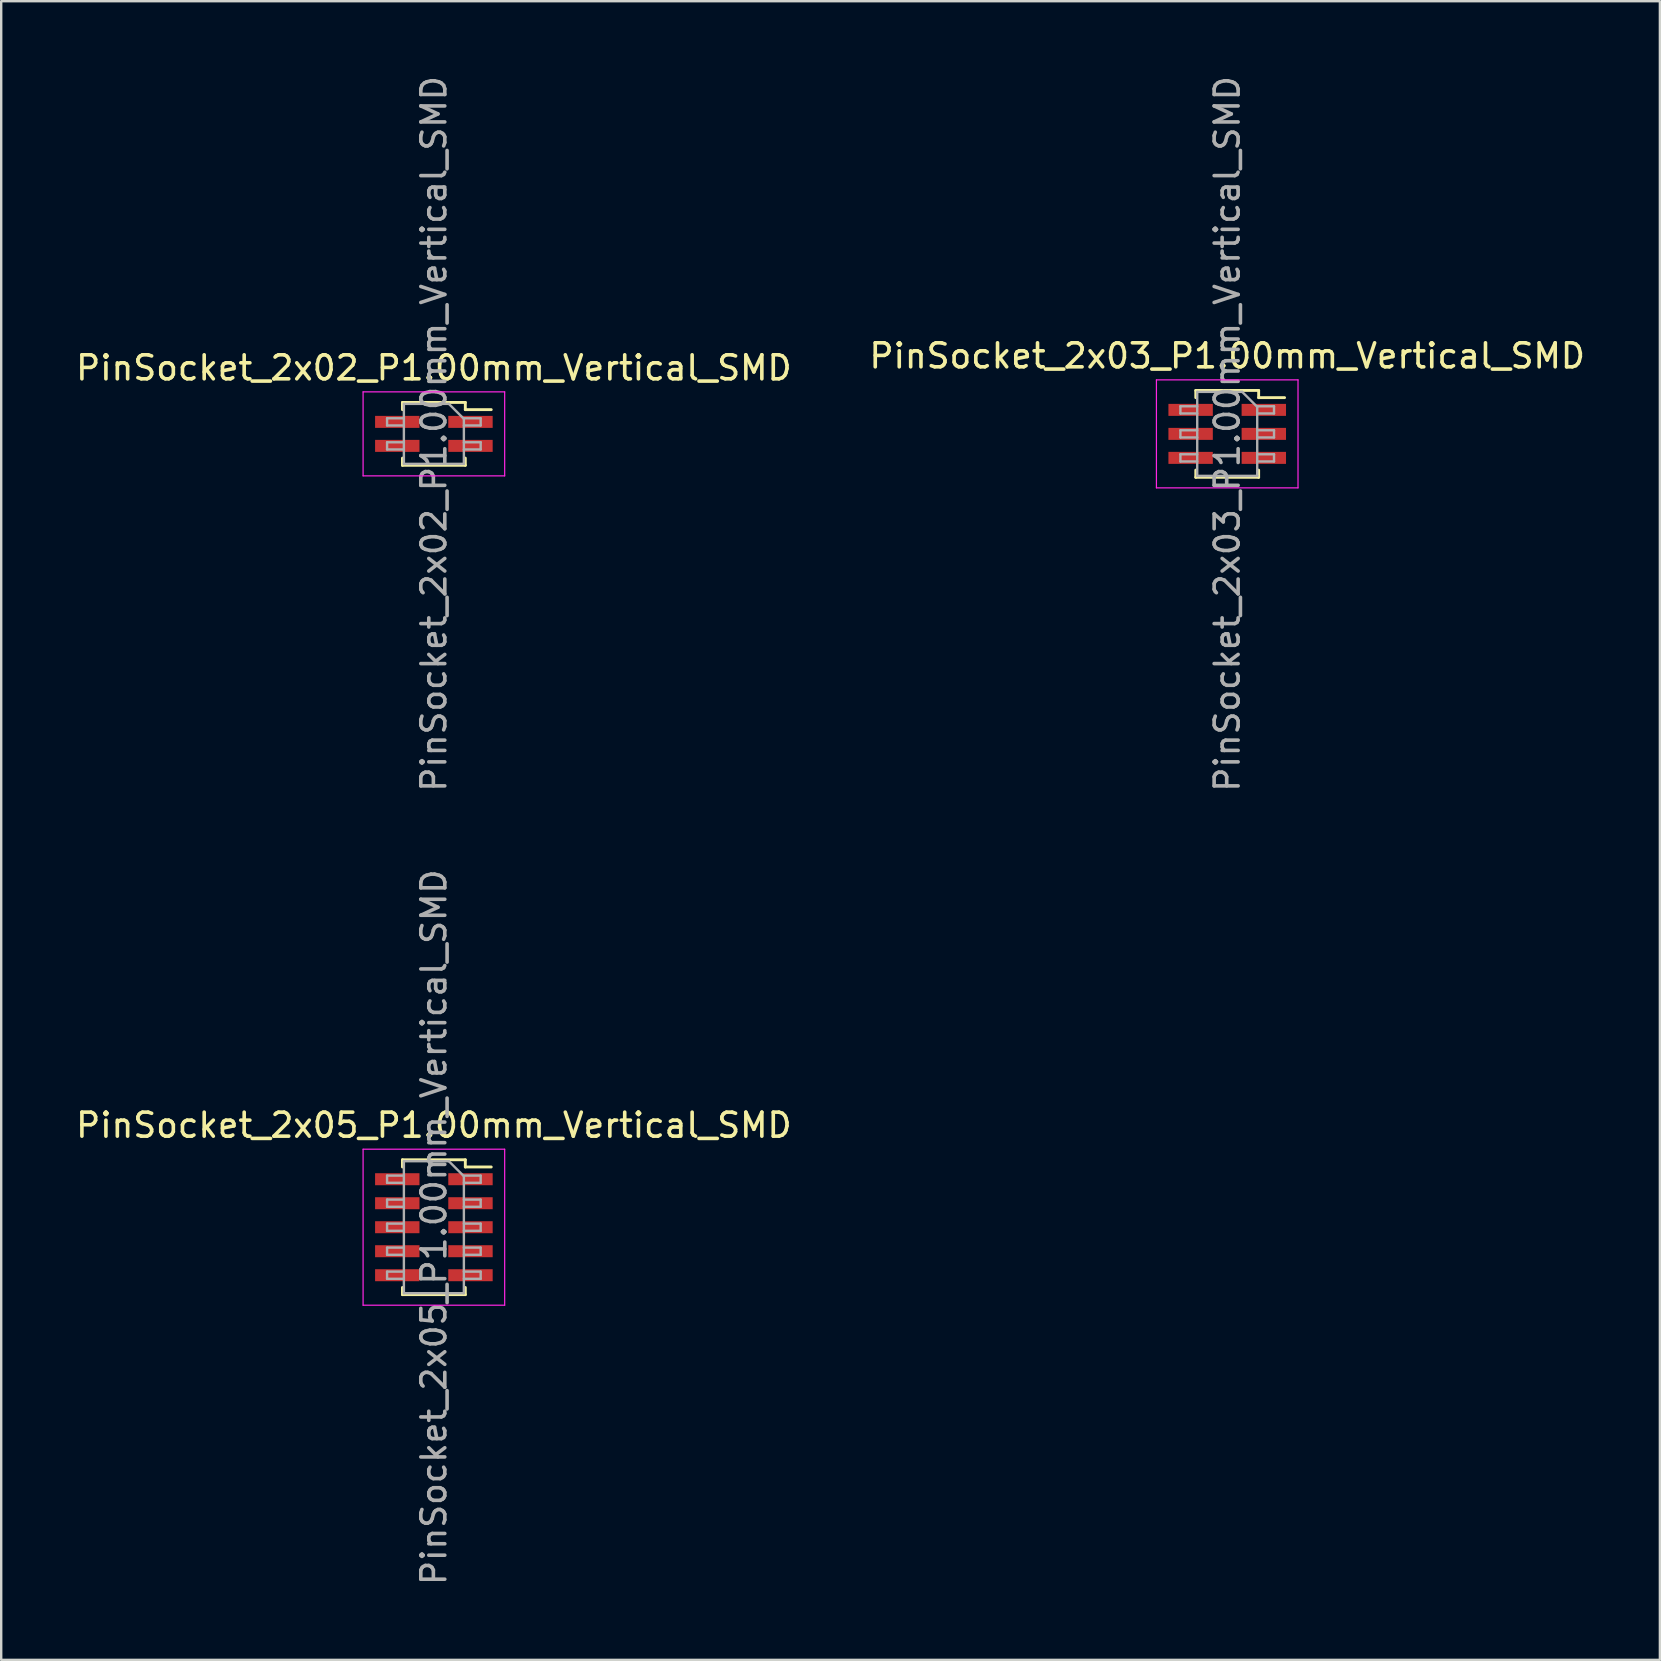
<source format=kicad_pcb>
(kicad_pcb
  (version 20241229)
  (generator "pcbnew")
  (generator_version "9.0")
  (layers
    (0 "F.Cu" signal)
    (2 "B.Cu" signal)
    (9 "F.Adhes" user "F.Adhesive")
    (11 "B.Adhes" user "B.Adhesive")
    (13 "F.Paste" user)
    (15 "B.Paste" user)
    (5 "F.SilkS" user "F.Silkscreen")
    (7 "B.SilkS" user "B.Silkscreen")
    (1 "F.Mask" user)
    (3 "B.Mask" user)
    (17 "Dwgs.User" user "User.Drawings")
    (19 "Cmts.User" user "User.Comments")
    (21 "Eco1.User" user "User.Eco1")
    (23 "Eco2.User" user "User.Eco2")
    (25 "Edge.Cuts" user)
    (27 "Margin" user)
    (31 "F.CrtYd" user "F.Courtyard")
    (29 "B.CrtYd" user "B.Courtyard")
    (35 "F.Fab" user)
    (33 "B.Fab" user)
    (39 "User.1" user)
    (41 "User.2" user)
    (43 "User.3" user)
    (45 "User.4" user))
  (footprint "PinSocket_2x03_P1.00mm_Vertical_SMD"
    (layer "F.Cu")
    (at 48.089 15.03)
    (property "Reference" "PinSocket_2x03_P1.00mm_Vertical_SMD" (at 0 -3.25 0) (layer "F.SilkS") (effects (font (size 1 1) (thickness 0.15))))
    (attr smd)
    (fp_line (start -1.31 -1.81) (end -1.31 -1.51) (stroke (width 0.12) (type solid)) (layer "F.SilkS"))
    (fp_line (start -1.31 -1.81) (end 1.31 -1.81) (stroke (width 0.12) (type solid)) (layer "F.SilkS"))
    (fp_line (start -1.31 1.51) (end -1.31 1.81) (stroke (width 0.12) (type solid)) (layer "F.SilkS"))
    (fp_line (start -1.31 1.81) (end 1.31 1.81) (stroke (width 0.12) (type solid)) (layer "F.SilkS"))
    (fp_line (start 1.31 -1.81) (end 1.31 -1.51) (stroke (width 0.12) (type solid)) (layer "F.SilkS"))
    (fp_line (start 1.31 -1.51) (end 2.39 -1.51) (stroke (width 0.12) (type solid)) (layer "F.SilkS"))
    (fp_line (start 1.31 1.51) (end 1.31 1.81) (stroke (width 0.12) (type solid)) (layer "F.SilkS"))
    (fp_line (start -2.95 -2.25) (end 2.95 -2.25) (stroke (width 0.05) (type solid)) (layer "F.CrtYd"))
    (fp_line (start -2.95 2.25) (end -2.95 -2.25) (stroke (width 0.05) (type solid)) (layer "F.CrtYd"))
    (fp_line (start 2.95 -2.25) (end 2.95 2.25) (stroke (width 0.05) (type solid)) (layer "F.CrtYd"))
    (fp_line (start 2.95 2.25) (end -2.95 2.25) (stroke (width 0.05) (type solid)) (layer "F.CrtYd"))
    (fp_line (start -1.95 -1.15) (end -1.25 -1.15) (stroke (width 0.1) (type solid)) (layer "F.Fab"))
    (fp_line (start -1.95 -0.85) (end -1.95 -1.15) (stroke (width 0.1) (type solid)) (layer "F.Fab"))
    (fp_line (start -1.95 -0.15) (end -1.25 -0.15) (stroke (width 0.1) (type solid)) (layer "F.Fab"))
    (fp_line (start -1.95 0.15) (end -1.95 -0.15) (stroke (width 0.1) (type solid)) (layer "F.Fab"))
    (fp_line (start -1.95 0.85) (end -1.25 0.85) (stroke (width 0.1) (type solid)) (layer "F.Fab"))
    (fp_line (start -1.95 1.15) (end -1.95 0.85) (stroke (width 0.1) (type solid)) (layer "F.Fab"))
    (fp_line (start -1.25 -1.75) (end 0.625 -1.75) (stroke (width 0.1) (type solid)) (layer "F.Fab"))
    (fp_line (start -1.25 -0.85) (end -1.95 -0.85) (stroke (width 0.1) (type solid)) (layer "F.Fab"))
    (fp_line (start -1.25 0.15) (end -1.95 0.15) (stroke (width 0.1) (type solid)) (layer "F.Fab"))
    (fp_line (start -1.25 1.15) (end -1.95 1.15) (stroke (width 0.1) (type solid)) (layer "F.Fab"))
    (fp_line (start -1.25 1.75) (end -1.25 -1.75) (stroke (width 0.1) (type solid)) (layer "F.Fab"))
    (fp_line (start 0.625 -1.75) (end 1.25 -1.125) (stroke (width 0.1) (type solid)) (layer "F.Fab"))
    (fp_line (start 1.25 -1.15) (end 1.95 -1.15) (stroke (width 0.1) (type solid)) (layer "F.Fab"))
    (fp_line (start 1.25 -1.125) (end 1.25 1.75) (stroke (width 0.1) (type solid)) (layer "F.Fab"))
    (fp_line (start 1.25 -0.15) (end 1.95 -0.15) (stroke (width 0.1) (type solid)) (layer "F.Fab"))
    (fp_line (start 1.25 0.85) (end 1.95 0.85) (stroke (width 0.1) (type solid)) (layer "F.Fab"))
    (fp_line (start 1.25 1.75) (end -1.25 1.75) (stroke (width 0.1) (type solid)) (layer "F.Fab"))
    (fp_line (start 1.95 -1.15) (end 1.95 -0.85) (stroke (width 0.1) (type solid)) (layer "F.Fab"))
    (fp_line (start 1.95 -0.85) (end 1.25 -0.85) (stroke (width 0.1) (type solid)) (layer "F.Fab"))
    (fp_line (start 1.95 -0.15) (end 1.95 0.15) (stroke (width 0.1) (type solid)) (layer "F.Fab"))
    (fp_line (start 1.95 0.15) (end 1.25 0.15) (stroke (width 0.1) (type solid)) (layer "F.Fab"))
    (fp_line (start 1.95 0.85) (end 1.95 1.15) (stroke (width 0.1) (type solid)) (layer "F.Fab"))
    (fp_line (start 1.95 1.15) (end 1.25 1.15) (stroke (width 0.1) (type solid)) (layer "F.Fab"))
    (fp_text user "${REFERENCE}" (at 0 0 90) (layer "F.Fab") (effects (font (size 1 1) (thickness 0.15))))
    (pad "1" smd rect (at 1.525 -1) (size 1.85 0.5) (layers "F.Cu" "F.Mask" "F.Paste"))
    (pad "2" smd rect (at -1.525 -1) (size 1.85 0.5) (layers "F.Cu" "F.Mask" "F.Paste"))
    (pad "3" smd rect (at 1.525 0) (size 1.85 0.5) (layers "F.Cu" "F.Mask" "F.Paste"))
    (pad "4" smd rect (at -1.525 0) (size 1.85 0.5) (layers "F.Cu" "F.Mask" "F.Paste"))
    (pad "5" smd rect (at 1.525 1) (size 1.85 0.5) (layers "F.Cu" "F.Mask" "F.Paste"))
    (pad "6" smd rect (at -1.525 1) (size 1.85 0.5) (layers "F.Cu" "F.Mask" "F.Paste")))
  (footprint "PinSocket_2x02_P1.00mm_Vertical_SMD"
    (layer "F.Cu")
    (at 15.03 15.03)
    (property "Reference" "PinSocket_2x02_P1.00mm_Vertical_SMD" (at 0 -2.75 0) (layer "F.SilkS") (effects (font (size 1 1) (thickness 0.15))))
    (attr smd)
    (fp_line (start -1.31 -1.31) (end -1.31 -1.01) (stroke (width 0.12) (type solid)) (layer "F.SilkS"))
    (fp_line (start -1.31 -1.31) (end 1.31 -1.31) (stroke (width 0.12) (type solid)) (layer "F.SilkS"))
    (fp_line (start -1.31 1.01) (end -1.31 1.31) (stroke (width 0.12) (type solid)) (layer "F.SilkS"))
    (fp_line (start -1.31 1.31) (end 1.31 1.31) (stroke (width 0.12) (type solid)) (layer "F.SilkS"))
    (fp_line (start 1.31 -1.31) (end 1.31 -1.01) (stroke (width 0.12) (type solid)) (layer "F.SilkS"))
    (fp_line (start 1.31 -1.01) (end 2.39 -1.01) (stroke (width 0.12) (type solid)) (layer "F.SilkS"))
    (fp_line (start 1.31 1.01) (end 1.31 1.31) (stroke (width 0.12) (type solid)) (layer "F.SilkS"))
    (fp_line (start -2.95 -1.75) (end 2.95 -1.75) (stroke (width 0.05) (type solid)) (layer "F.CrtYd"))
    (fp_line (start -2.95 1.75) (end -2.95 -1.75) (stroke (width 0.05) (type solid)) (layer "F.CrtYd"))
    (fp_line (start 2.95 -1.75) (end 2.95 1.75) (stroke (width 0.05) (type solid)) (layer "F.CrtYd"))
    (fp_line (start 2.95 1.75) (end -2.95 1.75) (stroke (width 0.05) (type solid)) (layer "F.CrtYd"))
    (fp_line (start -1.95 -0.65) (end -1.25 -0.65) (stroke (width 0.1) (type solid)) (layer "F.Fab"))
    (fp_line (start -1.95 -0.35) (end -1.95 -0.65) (stroke (width 0.1) (type solid)) (layer "F.Fab"))
    (fp_line (start -1.95 0.35) (end -1.25 0.35) (stroke (width 0.1) (type solid)) (layer "F.Fab"))
    (fp_line (start -1.95 0.65) (end -1.95 0.35) (stroke (width 0.1) (type solid)) (layer "F.Fab"))
    (fp_line (start -1.25 -1.25) (end 0.625 -1.25) (stroke (width 0.1) (type solid)) (layer "F.Fab"))
    (fp_line (start -1.25 -0.35) (end -1.95 -0.35) (stroke (width 0.1) (type solid)) (layer "F.Fab"))
    (fp_line (start -1.25 0.65) (end -1.95 0.65) (stroke (width 0.1) (type solid)) (layer "F.Fab"))
    (fp_line (start -1.25 1.25) (end -1.25 -1.25) (stroke (width 0.1) (type solid)) (layer "F.Fab"))
    (fp_line (start 0.625 -1.25) (end 1.25 -0.625) (stroke (width 0.1) (type solid)) (layer "F.Fab"))
    (fp_line (start 1.25 -0.65) (end 1.95 -0.65) (stroke (width 0.1) (type solid)) (layer "F.Fab"))
    (fp_line (start 1.25 -0.625) (end 1.25 1.25) (stroke (width 0.1) (type solid)) (layer "F.Fab"))
    (fp_line (start 1.25 0.35) (end 1.95 0.35) (stroke (width 0.1) (type solid)) (layer "F.Fab"))
    (fp_line (start 1.25 1.25) (end -1.25 1.25) (stroke (width 0.1) (type solid)) (layer "F.Fab"))
    (fp_line (start 1.95 -0.65) (end 1.95 -0.35) (stroke (width 0.1) (type solid)) (layer "F.Fab"))
    (fp_line (start 1.95 -0.35) (end 1.25 -0.35) (stroke (width 0.1) (type solid)) (layer "F.Fab"))
    (fp_line (start 1.95 0.35) (end 1.95 0.65) (stroke (width 0.1) (type solid)) (layer "F.Fab"))
    (fp_line (start 1.95 0.65) (end 1.25 0.65) (stroke (width 0.1) (type solid)) (layer "F.Fab"))
    (fp_text user "${REFERENCE}" (at 0 0 90) (layer "F.Fab") (effects (font (size 1 1) (thickness 0.15))))
    (pad "1" smd rect (at 1.525 -0.5) (size 1.85 0.5) (layers "F.Cu" "F.Mask" "F.Paste"))
    (pad "2" smd rect (at -1.525 -0.5) (size 1.85 0.5) (layers "F.Cu" "F.Mask" "F.Paste"))
    (pad "3" smd rect (at 1.525 0.5) (size 1.85 0.5) (layers "F.Cu" "F.Mask" "F.Paste"))
    (pad "4" smd rect (at -1.525 0.5) (size 1.85 0.5) (layers "F.Cu" "F.Mask" "F.Paste")))
  (footprint "PinSocket_2x05_P1.00mm_Vertical_SMD"
    (layer "F.Cu")
    (at 15.03 48.089)
    (property "Reference" "PinSocket_2x05_P1.00mm_Vertical_SMD" (at 0 -4.25 0) (layer "F.SilkS") (effects (font (size 1 1) (thickness 0.15))))
    (attr smd)
    (fp_line (start -1.31 -2.81) (end -1.31 -2.51) (stroke (width 0.12) (type solid)) (layer "F.SilkS"))
    (fp_line (start -1.31 -2.81) (end 1.31 -2.81) (stroke (width 0.12) (type solid)) (layer "F.SilkS"))
    (fp_line (start -1.31 2.51) (end -1.31 2.81) (stroke (width 0.12) (type solid)) (layer "F.SilkS"))
    (fp_line (start -1.31 2.81) (end 1.31 2.81) (stroke (width 0.12) (type solid)) (layer "F.SilkS"))
    (fp_line (start 1.31 -2.81) (end 1.31 -2.51) (stroke (width 0.12) (type solid)) (layer "F.SilkS"))
    (fp_line (start 1.31 -2.51) (end 2.39 -2.51) (stroke (width 0.12) (type solid)) (layer "F.SilkS"))
    (fp_line (start 1.31 2.51) (end 1.31 2.81) (stroke (width 0.12) (type solid)) (layer "F.SilkS"))
    (fp_line (start -2.95 -3.25) (end 2.95 -3.25) (stroke (width 0.05) (type solid)) (layer "F.CrtYd"))
    (fp_line (start -2.95 3.25) (end -2.95 -3.25) (stroke (width 0.05) (type solid)) (layer "F.CrtYd"))
    (fp_line (start 2.95 -3.25) (end 2.95 3.25) (stroke (width 0.05) (type solid)) (layer "F.CrtYd"))
    (fp_line (start 2.95 3.25) (end -2.95 3.25) (stroke (width 0.05) (type solid)) (layer "F.CrtYd"))
    (fp_line (start -1.95 -2.15) (end -1.25 -2.15) (stroke (width 0.1) (type solid)) (layer "F.Fab"))
    (fp_line (start -1.95 -1.85) (end -1.95 -2.15) (stroke (width 0.1) (type solid)) (layer "F.Fab"))
    (fp_line (start -1.95 -1.15) (end -1.25 -1.15) (stroke (width 0.1) (type solid)) (layer "F.Fab"))
    (fp_line (start -1.95 -0.85) (end -1.95 -1.15) (stroke (width 0.1) (type solid)) (layer "F.Fab"))
    (fp_line (start -1.95 -0.15) (end -1.25 -0.15) (stroke (width 0.1) (type solid)) (layer "F.Fab"))
    (fp_line (start -1.95 0.15) (end -1.95 -0.15) (stroke (width 0.1) (type solid)) (layer "F.Fab"))
    (fp_line (start -1.95 0.85) (end -1.25 0.85) (stroke (width 0.1) (type solid)) (layer "F.Fab"))
    (fp_line (start -1.95 1.15) (end -1.95 0.85) (stroke (width 0.1) (type solid)) (layer "F.Fab"))
    (fp_line (start -1.95 1.85) (end -1.25 1.85) (stroke (width 0.1) (type solid)) (layer "F.Fab"))
    (fp_line (start -1.95 2.15) (end -1.95 1.85) (stroke (width 0.1) (type solid)) (layer "F.Fab"))
    (fp_line (start -1.25 -2.75) (end 0.625 -2.75) (stroke (width 0.1) (type solid)) (layer "F.Fab"))
    (fp_line (start -1.25 -1.85) (end -1.95 -1.85) (stroke (width 0.1) (type solid)) (layer "F.Fab"))
    (fp_line (start -1.25 -0.85) (end -1.95 -0.85) (stroke (width 0.1) (type solid)) (layer "F.Fab"))
    (fp_line (start -1.25 0.15) (end -1.95 0.15) (stroke (width 0.1) (type solid)) (layer "F.Fab"))
    (fp_line (start -1.25 1.15) (end -1.95 1.15) (stroke (width 0.1) (type solid)) (layer "F.Fab"))
    (fp_line (start -1.25 2.15) (end -1.95 2.15) (stroke (width 0.1) (type solid)) (layer "F.Fab"))
    (fp_line (start -1.25 2.75) (end -1.25 -2.75) (stroke (width 0.1) (type solid)) (layer "F.Fab"))
    (fp_line (start 0.625 -2.75) (end 1.25 -2.125) (stroke (width 0.1) (type solid)) (layer "F.Fab"))
    (fp_line (start 1.25 -2.15) (end 1.95 -2.15) (stroke (width 0.1) (type solid)) (layer "F.Fab"))
    (fp_line (start 1.25 -2.125) (end 1.25 2.75) (stroke (width 0.1) (type solid)) (layer "F.Fab"))
    (fp_line (start 1.25 -1.15) (end 1.95 -1.15) (stroke (width 0.1) (type solid)) (layer "F.Fab"))
    (fp_line (start 1.25 -0.15) (end 1.95 -0.15) (stroke (width 0.1) (type solid)) (layer "F.Fab"))
    (fp_line (start 1.25 0.85) (end 1.95 0.85) (stroke (width 0.1) (type solid)) (layer "F.Fab"))
    (fp_line (start 1.25 1.85) (end 1.95 1.85) (stroke (width 0.1) (type solid)) (layer "F.Fab"))
    (fp_line (start 1.25 2.75) (end -1.25 2.75) (stroke (width 0.1) (type solid)) (layer "F.Fab"))
    (fp_line (start 1.95 -2.15) (end 1.95 -1.85) (stroke (width 0.1) (type solid)) (layer "F.Fab"))
    (fp_line (start 1.95 -1.85) (end 1.25 -1.85) (stroke (width 0.1) (type solid)) (layer "F.Fab"))
    (fp_line (start 1.95 -1.15) (end 1.95 -0.85) (stroke (width 0.1) (type solid)) (layer "F.Fab"))
    (fp_line (start 1.95 -0.85) (end 1.25 -0.85) (stroke (width 0.1) (type solid)) (layer "F.Fab"))
    (fp_line (start 1.95 -0.15) (end 1.95 0.15) (stroke (width 0.1) (type solid)) (layer "F.Fab"))
    (fp_line (start 1.95 0.15) (end 1.25 0.15) (stroke (width 0.1) (type solid)) (layer "F.Fab"))
    (fp_line (start 1.95 0.85) (end 1.95 1.15) (stroke (width 0.1) (type solid)) (layer "F.Fab"))
    (fp_line (start 1.95 1.15) (end 1.25 1.15) (stroke (width 0.1) (type solid)) (layer "F.Fab"))
    (fp_line (start 1.95 1.85) (end 1.95 2.15) (stroke (width 0.1) (type solid)) (layer "F.Fab"))
    (fp_line (start 1.95 2.15) (end 1.25 2.15) (stroke (width 0.1) (type solid)) (layer "F.Fab"))
    (fp_text user "${REFERENCE}" (at 0 0 90) (layer "F.Fab") (effects (font (size 1 1) (thickness 0.15))))
    (pad "1" smd rect (at 1.525 -2) (size 1.85 0.5) (layers "F.Cu" "F.Mask" "F.Paste"))
    (pad "2" smd rect (at -1.525 -2) (size 1.85 0.5) (layers "F.Cu" "F.Mask" "F.Paste"))
    (pad "3" smd rect (at 1.525 -1) (size 1.85 0.5) (layers "F.Cu" "F.Mask" "F.Paste"))
    (pad "4" smd rect (at -1.525 -1) (size 1.85 0.5) (layers "F.Cu" "F.Mask" "F.Paste"))
    (pad "5" smd rect (at 1.525 0) (size 1.85 0.5) (layers "F.Cu" "F.Mask" "F.Paste"))
    (pad "6" smd rect (at -1.525 0) (size 1.85 0.5) (layers "F.Cu" "F.Mask" "F.Paste"))
    (pad "7" smd rect (at 1.525 1) (size 1.85 0.5) (layers "F.Cu" "F.Mask" "F.Paste"))
    (pad "8" smd rect (at -1.525 1) (size 1.85 0.5) (layers "F.Cu" "F.Mask" "F.Paste"))
    (pad "9" smd rect (at 1.525 2) (size 1.85 0.5) (layers "F.Cu" "F.Mask" "F.Paste"))
    (pad "10" smd rect (at -1.525 2) (size 1.85 0.5) (layers "F.Cu" "F.Mask" "F.Paste")))
  (gr_rect
    (start -3 -3)
    (end 66.119 66.119)
    (stroke (width 0.1) (type default))
    (fill no)
    (layer "Edge.Cuts")))
</source>
